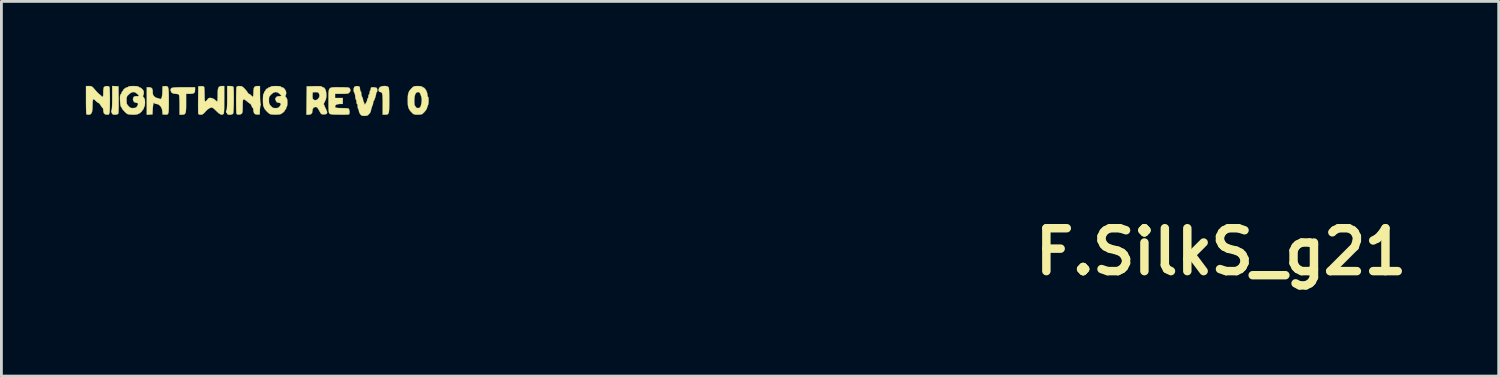
<source format=kicad_pcb>
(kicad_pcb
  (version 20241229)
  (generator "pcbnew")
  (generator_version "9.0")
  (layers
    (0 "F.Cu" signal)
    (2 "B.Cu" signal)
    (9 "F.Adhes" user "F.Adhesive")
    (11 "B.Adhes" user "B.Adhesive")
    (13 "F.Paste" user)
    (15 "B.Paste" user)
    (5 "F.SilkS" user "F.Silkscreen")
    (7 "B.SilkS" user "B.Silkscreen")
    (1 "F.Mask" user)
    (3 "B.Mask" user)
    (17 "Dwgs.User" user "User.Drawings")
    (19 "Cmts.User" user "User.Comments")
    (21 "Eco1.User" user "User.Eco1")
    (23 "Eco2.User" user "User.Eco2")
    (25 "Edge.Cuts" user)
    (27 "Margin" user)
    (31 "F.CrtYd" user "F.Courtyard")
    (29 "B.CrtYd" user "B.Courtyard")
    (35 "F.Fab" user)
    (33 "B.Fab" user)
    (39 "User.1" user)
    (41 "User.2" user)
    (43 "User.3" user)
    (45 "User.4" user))
  (footprint "F.SilkS_g21"
    (layer "F.Cu")
    (at 40.328 5.892)
    (property "Reference" "F.SilkS_g21" (at 0 0 0) (layer "F.SilkS") (effects (font (size 1.524 1.524) (thickness 0.3))))
    (attr through_hole)
    (fp_poly (pts (xy -39.28 -5.88) (xy -39.169 -5.874) (xy -39.163 -5.4) (xy -39.162 -5.225) (xy -39.163 -5.089) (xy -39.167 -4.991) (xy -39.172 -4.928) (xy -39.181 -4.898) (xy -39.182 -4.897) (xy -39.217 -4.879) (xy -39.276 -4.869) (xy -39.293 -4.868) (xy -39.352 -4.872) (xy -39.385 -4.891) (xy -39.409 -4.932) (xy -39.41 -4.934) (xy -39.427 -4.987) (xy -39.418 -5.019) (xy -39.415 -5.022) (xy -39.405 -5.054) (xy -39.398 -5.126) (xy -39.394 -5.239) (xy -39.391 -5.395) (xy -39.391 -5.466) (xy -39.391 -5.887) (xy -39.28 -5.88)) (stroke (width 0.01) (type solid)) (fill yes) (layer "F.SilkS"))
    (fp_poly (pts (xy -35.132 -5.879) (xy -35.094 -5.863) (xy -35.086 -5.851) (xy -35.08 -5.815) (xy -35.076 -5.745) (xy -35.074 -5.65) (xy -35.073 -5.537) (xy -35.073 -5.414) (xy -35.074 -5.288) (xy -35.077 -5.169) (xy -35.081 -5.063) (xy -35.085 -4.979) (xy -35.091 -4.925) (xy -35.095 -4.909) (xy -35.126 -4.884) (xy -35.177 -4.869) (xy -35.233 -4.866) (xy -35.28 -4.874) (xy -35.305 -4.894) (xy -35.306 -4.9) (xy -35.317 -4.928) (xy -35.327 -4.932) (xy -35.345 -4.95) (xy -35.348 -4.973) (xy -35.339 -5.013) (xy -35.327 -5.027) (xy -35.32 -5.053) (xy -35.314 -5.117) (xy -35.309 -5.215) (xy -35.307 -5.344) (xy -35.306 -5.462) (xy -35.306 -5.884) (xy -35.202 -5.884) (xy -35.132 -5.879)) (stroke (width 0.01) (type solid)) (fill yes) (layer "F.SilkS"))
    (fp_poly (pts (xy -29.627 -5.876) (xy -29.581 -5.85) (xy -29.578 -5.847) (xy -29.568 -5.823) (xy -29.56 -5.776) (xy -29.555 -5.703) (xy -29.552 -5.6) (xy -29.55 -5.46) (xy -29.55 -5.376) (xy -29.55 -5.217) (xy -29.553 -5.095) (xy -29.558 -5.005) (xy -29.568 -4.943) (xy -29.584 -4.903) (xy -29.607 -4.881) (xy -29.639 -4.871) (xy -29.681 -4.868) (xy -29.694 -4.868) (xy -29.782 -4.868) (xy -29.782 -5.24) (xy -29.782 -5.387) (xy -29.786 -5.497) (xy -29.792 -5.574) (xy -29.804 -5.626) (xy -29.821 -5.656) (xy -29.845 -5.67) (xy -29.873 -5.673) (xy -29.91 -5.689) (xy -29.927 -5.731) (xy -29.921 -5.785) (xy -29.891 -5.838) (xy -29.89 -5.839) (xy -29.843 -5.868) (xy -29.773 -5.884) (xy -29.696 -5.887) (xy -29.627 -5.876)) (stroke (width 0.01) (type solid)) (fill yes) (layer "F.SilkS"))
    (fp_poly (pts (xy -36.449 -5.747) (xy -36.455 -5.682) (xy -36.479 -5.641) (xy -36.527 -5.618) (xy -36.607 -5.61) (xy -36.649 -5.609) (xy -36.767 -5.609) (xy -36.767 -5.274) (xy -36.767 -5.133) (xy -36.772 -5.029) (xy -36.781 -4.957) (xy -36.799 -4.91) (xy -36.826 -4.883) (xy -36.864 -4.871) (xy -36.917 -4.868) (xy -36.922 -4.868) (xy -36.999 -4.868) (xy -36.999 -5.213) (xy -37.001 -5.362) (xy -37.005 -5.471) (xy -37.012 -5.543) (xy -37.022 -5.58) (xy -37.025 -5.584) (xy -37.06 -5.599) (xy -37.12 -5.608) (xy -37.147 -5.609) (xy -37.234 -5.623) (xy -37.291 -5.663) (xy -37.316 -5.725) (xy -37.317 -5.738) (xy -37.314 -5.772) (xy -37.302 -5.798) (xy -37.277 -5.816) (xy -37.232 -5.829) (xy -37.163 -5.836) (xy -37.064 -5.84) (xy -36.93 -5.842) (xy -36.853 -5.842) (xy -36.449 -5.842) (xy -36.449 -5.747)) (stroke (width 0.01) (type solid)) (fill yes) (layer "F.SilkS"))
    (fp_poly (pts (xy -37.445 -5.877) (xy -37.421 -5.86) (xy -37.403 -5.825) (xy -37.392 -5.77) (xy -37.385 -5.687) (xy -37.382 -5.574) (xy -37.381 -5.425) (xy -37.381 -5.363) (xy -37.381 -5.205) (xy -37.383 -5.084) (xy -37.387 -4.996) (xy -37.396 -4.935) (xy -37.411 -4.897) (xy -37.432 -4.877) (xy -37.463 -4.87) (xy -37.503 -4.871) (xy -37.522 -4.872) (xy -37.603 -4.879) (xy -37.609 -4.989) (xy -37.629 -5.085) (xy -37.674 -5.166) (xy -37.736 -5.224) (xy -37.808 -5.249) (xy -37.819 -5.249) (xy -37.868 -5.257) (xy -37.894 -5.275) (xy -37.894 -5.276) (xy -37.909 -5.297) (xy -37.924 -5.279) (xy -37.937 -5.226) (xy -37.947 -5.142) (xy -37.952 -5.073) (xy -37.962 -4.879) (xy -38.163 -4.866) (xy -38.163 -5.842) (xy -38.088 -5.842) (xy -38.018 -5.832) (xy -37.976 -5.799) (xy -37.955 -5.736) (xy -37.952 -5.673) (xy -37.948 -5.601) (xy -37.931 -5.554) (xy -37.896 -5.513) (xy -37.896 -5.513) (xy -37.848 -5.478) (xy -37.804 -5.461) (xy -37.8 -5.461) (xy -37.75 -5.45) (xy -37.721 -5.436) (xy -37.679 -5.422) (xy -37.648 -5.44) (xy -37.627 -5.493) (xy -37.614 -5.584) (xy -37.609 -5.676) (xy -37.603 -5.874) (xy -37.521 -5.88) (xy -37.478 -5.882) (xy -37.445 -5.877)) (stroke (width 0.01) (type solid)) (fill yes) (layer "F.SilkS"))
    (fp_poly (pts (xy -31.998 -5.878) (xy -31.95 -5.871) (xy -31.941 -5.864) (xy -31.923 -5.845) (xy -31.903 -5.842) (xy -31.858 -5.822) (xy -31.821 -5.768) (xy -31.795 -5.687) (xy -31.784 -5.586) (xy -31.784 -5.567) (xy -31.789 -5.473) (xy -31.807 -5.4) (xy -31.841 -5.329) (xy -31.868 -5.274) (xy -31.88 -5.237) (xy -31.877 -5.228) (xy -31.857 -5.211) (xy -31.856 -5.202) (xy -31.847 -5.17) (xy -31.823 -5.115) (xy -31.798 -5.065) (xy -31.762 -4.982) (xy -31.757 -4.926) (xy -31.784 -4.893) (xy -31.846 -4.88) (xy -31.877 -4.879) (xy -31.929 -4.881) (xy -31.963 -4.894) (xy -31.991 -4.928) (xy -32.023 -4.985) (xy -32.067 -5.065) (xy -32.103 -5.114) (xy -32.134 -5.137) (xy -32.167 -5.143) (xy -32.23 -5.124) (xy -32.268 -5.072) (xy -32.279 -5.007) (xy -32.292 -4.931) (xy -32.331 -4.886) (xy -32.401 -4.869) (xy -32.416 -4.868) (xy -32.492 -4.868) (xy -32.486 -5.371) (xy -32.485 -5.476) (xy -32.276 -5.476) (xy -32.265 -5.432) (xy -32.243 -5.407) (xy -32.19 -5.38) (xy -32.138 -5.389) (xy -32.083 -5.426) (xy -32.037 -5.49) (xy -32.026 -5.563) (xy -32.053 -5.633) (xy -32.056 -5.637) (xy -32.089 -5.663) (xy -32.144 -5.67) (xy -32.177 -5.669) (xy -32.269 -5.662) (xy -32.275 -5.549) (xy -32.276 -5.476) (xy -32.485 -5.476) (xy -32.48 -5.874) (xy -32.21 -5.88) (xy -32.086 -5.881) (xy -31.998 -5.878)) (stroke (width 0.01) (type solid)) (fill yes) (layer "F.SilkS"))
    (fp_poly (pts (xy -31.302 -5.842) (xy -31.177 -5.841) (xy -31.088 -5.839) (xy -31.027 -5.835) (xy -30.989 -5.828) (xy -30.966 -5.817) (xy -30.954 -5.805) (xy -30.927 -5.747) (xy -30.941 -5.69) (xy -30.968 -5.655) (xy -30.99 -5.635) (xy -31.019 -5.622) (xy -31.061 -5.614) (xy -31.127 -5.61) (xy -31.225 -5.609) (xy -31.243 -5.609) (xy -31.475 -5.609) (xy -31.475 -5.461) (xy -31.2 -5.461) (xy -31.2 -5.249) (xy -31.307 -5.249) (xy -31.398 -5.239) (xy -31.455 -5.209) (xy -31.475 -5.16) (xy -31.475 -5.158) (xy -31.468 -5.134) (xy -31.442 -5.117) (xy -31.393 -5.107) (xy -31.312 -5.102) (xy -31.214 -5.101) (xy -31.125 -5.099) (xy -31.052 -5.095) (xy -31.005 -5.088) (xy -30.995 -5.085) (xy -30.973 -5.048) (xy -30.962 -4.979) (xy -30.964 -4.916) (xy -30.966 -4.898) (xy -30.974 -4.885) (xy -30.995 -4.877) (xy -31.035 -4.872) (xy -31.099 -4.87) (xy -31.194 -4.869) (xy -31.3 -4.87) (xy -31.429 -4.871) (xy -31.522 -4.873) (xy -31.586 -4.878) (xy -31.628 -4.885) (xy -31.655 -4.896) (xy -31.671 -4.908) (xy -31.684 -4.926) (xy -31.693 -4.952) (xy -31.7 -4.992) (xy -31.704 -5.053) (xy -31.707 -5.141) (xy -31.708 -5.261) (xy -31.708 -5.358) (xy -31.708 -5.513) (xy -31.707 -5.631) (xy -31.699 -5.717) (xy -31.681 -5.776) (xy -31.649 -5.813) (xy -31.598 -5.833) (xy -31.523 -5.841) (xy -31.422 -5.843) (xy -31.302 -5.842)) (stroke (width 0.01) (type solid)) (fill yes) (layer "F.SilkS"))
    (fp_poly (pts (xy -35.412 -5.402) (xy -35.413 -5.229) (xy -35.415 -5.096) (xy -35.419 -4.998) (xy -35.425 -4.934) (xy -35.433 -4.9) (xy -35.437 -4.894) (xy -35.485 -4.868) (xy -35.544 -4.879) (xy -35.615 -4.926) (xy -35.672 -4.979) (xy -35.748 -5.053) (xy -35.802 -5.099) (xy -35.845 -5.12) (xy -35.884 -5.12) (xy -35.926 -5.103) (xy -35.94 -5.096) (xy -35.999 -5.056) (xy -36.047 -5.014) (xy -36.052 -5.009) (xy -36.113 -4.939) (xy -36.158 -4.897) (xy -36.196 -4.875) (xy -36.238 -4.869) (xy -36.251 -4.868) (xy -36.302 -4.875) (xy -36.332 -4.893) (xy -36.334 -4.895) (xy -36.336 -4.923) (xy -36.338 -4.988) (xy -36.339 -5.081) (xy -36.34 -5.198) (xy -36.339 -5.331) (xy -36.338 -5.398) (xy -36.333 -5.874) (xy -36.239 -5.88) (xy -36.167 -5.878) (xy -36.13 -5.861) (xy -36.129 -5.859) (xy -36.122 -5.828) (xy -36.116 -5.764) (xy -36.112 -5.677) (xy -36.111 -5.583) (xy -36.109 -5.486) (xy -36.106 -5.407) (xy -36.101 -5.354) (xy -36.094 -5.335) (xy -36.058 -5.352) (xy -36.019 -5.39) (xy -35.999 -5.424) (xy -35.967 -5.455) (xy -35.912 -5.465) (xy -35.845 -5.454) (xy -35.778 -5.424) (xy -35.744 -5.398) (xy -35.699 -5.359) (xy -35.667 -5.336) (xy -35.661 -5.334) (xy -35.654 -5.354) (xy -35.649 -5.407) (xy -35.646 -5.487) (xy -35.645 -5.573) (xy -35.642 -5.695) (xy -35.633 -5.78) (xy -35.614 -5.836) (xy -35.581 -5.868) (xy -35.533 -5.882) (xy -35.486 -5.884) (xy -35.412 -5.884) (xy -35.412 -5.402)) (stroke (width 0.01) (type solid)) (fill yes) (layer "F.SilkS"))
    (fp_poly (pts (xy -28.455 -5.881) (xy -28.403 -5.874) (xy -28.384 -5.863) (xy -28.368 -5.844) (xy -28.356 -5.842) (xy -28.313 -5.823) (xy -28.268 -5.775) (xy -28.229 -5.708) (xy -28.202 -5.634) (xy -28.194 -5.578) (xy -28.189 -5.529) (xy -28.176 -5.504) (xy -28.173 -5.503) (xy -28.161 -5.484) (xy -28.154 -5.436) (xy -28.152 -5.372) (xy -28.154 -5.304) (xy -28.161 -5.245) (xy -28.172 -5.212) (xy -28.192 -5.162) (xy -28.203 -5.121) (xy -28.233 -5.051) (xy -28.292 -4.972) (xy -28.372 -4.895) (xy -28.411 -4.88) (xy -28.477 -4.871) (xy -28.538 -4.868) (xy -28.623 -4.872) (xy -28.678 -4.885) (xy -28.714 -4.908) (xy -28.788 -4.984) (xy -28.838 -5.051) (xy -28.869 -5.12) (xy -28.886 -5.202) (xy -28.892 -5.31) (xy -28.892 -5.369) (xy -28.66 -5.369) (xy -28.66 -5.368) (xy -28.657 -5.279) (xy -28.651 -5.217) (xy -28.641 -5.187) (xy -28.639 -5.186) (xy -28.619 -5.169) (xy -28.617 -5.156) (xy -28.6 -5.124) (xy -28.557 -5.106) (xy -28.506 -5.103) (xy -28.463 -5.119) (xy -28.454 -5.128) (xy -28.425 -5.188) (xy -28.405 -5.274) (xy -28.395 -5.368) (xy -28.399 -5.455) (xy -28.404 -5.482) (xy -28.433 -5.578) (xy -28.462 -5.638) (xy -28.496 -5.667) (xy -28.524 -5.673) (xy -28.584 -5.654) (xy -28.626 -5.597) (xy -28.651 -5.503) (xy -28.66 -5.369) (xy -28.892 -5.369) (xy -28.892 -5.376) (xy -28.89 -5.5) (xy -28.88 -5.593) (xy -28.859 -5.665) (xy -28.825 -5.727) (xy -28.772 -5.788) (xy -28.752 -5.809) (xy -28.709 -5.849) (xy -28.672 -5.872) (xy -28.626 -5.882) (xy -28.555 -5.884) (xy -28.531 -5.884) (xy -28.455 -5.881)) (stroke (width 0.01) (type solid)) (fill yes) (layer "F.SilkS"))
    (fp_poly (pts (xy -40.164 -5.883) (xy -40.126 -5.874) (xy -40.091 -5.851) (xy -40.05 -5.808) (xy -40.003 -5.752) (xy -39.943 -5.684) (xy -39.884 -5.624) (xy -39.838 -5.584) (xy -39.833 -5.581) (xy -39.792 -5.549) (xy -39.772 -5.524) (xy -39.772 -5.522) (xy -39.755 -5.505) (xy -39.74 -5.503) (xy -39.724 -5.512) (xy -39.714 -5.541) (xy -39.709 -5.601) (xy -39.709 -5.664) (xy -39.705 -5.765) (xy -39.693 -5.829) (xy -39.678 -5.854) (xy -39.636 -5.876) (xy -39.579 -5.884) (xy -39.525 -5.877) (xy -39.491 -5.856) (xy -39.489 -5.852) (xy -39.484 -5.818) (xy -39.48 -5.75) (xy -39.477 -5.655) (xy -39.475 -5.543) (xy -39.474 -5.421) (xy -39.475 -5.298) (xy -39.476 -5.181) (xy -39.478 -5.078) (xy -39.482 -4.999) (xy -39.486 -4.95) (xy -39.487 -4.948) (xy -39.5 -4.896) (xy -39.523 -4.873) (xy -39.568 -4.868) (xy -39.576 -4.868) (xy -39.647 -4.882) (xy -39.69 -4.925) (xy -39.707 -5.001) (xy -39.708 -5.022) (xy -39.712 -5.073) (xy -39.722 -5.1) (xy -39.725 -5.101) (xy -39.746 -5.118) (xy -39.775 -5.158) (xy -39.782 -5.17) (xy -39.835 -5.248) (xy -39.877 -5.287) (xy -39.894 -5.292) (xy -39.919 -5.306) (xy -39.959 -5.341) (xy -39.973 -5.355) (xy -40.02 -5.4) (xy -40.053 -5.418) (xy -40.073 -5.405) (xy -40.084 -5.359) (xy -40.089 -5.276) (xy -40.09 -5.205) (xy -40.094 -5.073) (xy -40.107 -4.978) (xy -40.132 -4.915) (xy -40.17 -4.88) (xy -40.223 -4.868) (xy -40.228 -4.868) (xy -40.279 -4.872) (xy -40.308 -4.882) (xy -40.308 -4.882) (xy -40.312 -4.907) (xy -40.316 -4.967) (xy -40.319 -5.058) (xy -40.321 -5.173) (xy -40.322 -5.305) (xy -40.322 -5.39) (xy -40.322 -5.884) (xy -40.217 -5.884) (xy -40.164 -5.883)) (stroke (width 0.01) (type solid)) (fill yes) (layer "F.SilkS"))
    (fp_poly (pts (xy -34.142 -5.579) (xy -34.14 -5.449) (xy -34.136 -5.35) (xy -34.129 -5.285) (xy -34.12 -5.259) (xy -34.11 -5.235) (xy -34.119 -5.22) (xy -34.13 -5.187) (xy -34.139 -5.125) (xy -34.146 -5.046) (xy -34.146 -5.037) (xy -34.152 -4.879) (xy -34.223 -4.872) (xy -34.3 -4.881) (xy -34.351 -4.922) (xy -34.374 -4.995) (xy -34.375 -5.02) (xy -34.379 -5.072) (xy -34.388 -5.1) (xy -34.392 -5.101) (xy -34.41 -5.119) (xy -34.433 -5.163) (xy -34.438 -5.175) (xy -34.46 -5.223) (xy -34.477 -5.248) (xy -34.48 -5.249) (xy -34.501 -5.262) (xy -34.545 -5.294) (xy -34.594 -5.334) (xy -34.658 -5.385) (xy -34.703 -5.412) (xy -34.731 -5.411) (xy -34.747 -5.38) (xy -34.754 -5.313) (xy -34.756 -5.209) (xy -34.756 -5.179) (xy -34.757 -5.071) (xy -34.76 -4.998) (xy -34.767 -4.951) (xy -34.779 -4.921) (xy -34.794 -4.903) (xy -34.843 -4.877) (xy -34.9 -4.869) (xy -34.95 -4.878) (xy -34.976 -4.902) (xy -34.98 -4.932) (xy -34.983 -4.998) (xy -34.986 -5.093) (xy -34.988 -5.209) (xy -34.988 -5.341) (xy -34.989 -5.376) (xy -34.988 -5.51) (xy -34.986 -5.631) (xy -34.984 -5.732) (xy -34.98 -5.806) (xy -34.977 -5.847) (xy -34.976 -5.851) (xy -34.949 -5.874) (xy -34.89 -5.884) (xy -34.869 -5.884) (xy -34.814 -5.881) (xy -34.772 -5.867) (xy -34.729 -5.833) (xy -34.681 -5.784) (xy -34.63 -5.726) (xy -34.591 -5.675) (xy -34.575 -5.646) (xy -34.552 -5.615) (xy -34.536 -5.609) (xy -34.504 -5.595) (xy -34.463 -5.56) (xy -34.459 -5.556) (xy -34.421 -5.52) (xy -34.394 -5.504) (xy -34.392 -5.503) (xy -34.384 -5.523) (xy -34.377 -5.574) (xy -34.374 -5.646) (xy -34.374 -5.657) (xy -34.369 -5.759) (xy -34.354 -5.826) (xy -34.324 -5.865) (xy -34.274 -5.882) (xy -34.229 -5.884) (xy -34.142 -5.884) (xy -34.142 -5.579)) (stroke (width 0.01) (type solid)) (fill yes) (layer "F.SilkS"))
    (fp_poly (pts (xy -30.68 -5.881) (xy -30.628 -5.874) (xy -30.602 -5.857) (xy -30.593 -5.817) (xy -30.59 -5.784) (xy -30.582 -5.729) (xy -30.569 -5.697) (xy -30.563 -5.694) (xy -30.55 -5.675) (xy -30.543 -5.629) (xy -30.543 -5.614) (xy -30.534 -5.55) (xy -30.514 -5.498) (xy -30.511 -5.494) (xy -30.487 -5.441) (xy -30.48 -5.395) (xy -30.473 -5.347) (xy -30.459 -5.323) (xy -30.441 -5.294) (xy -30.438 -5.269) (xy -30.431 -5.236) (xy -30.422 -5.228) (xy -30.4 -5.246) (xy -30.372 -5.288) (xy -30.347 -5.341) (xy -30.333 -5.387) (xy -30.332 -5.398) (xy -30.322 -5.438) (xy -30.311 -5.45) (xy -30.295 -5.479) (xy -30.29 -5.526) (xy -30.283 -5.57) (xy -30.268 -5.588) (xy -30.253 -5.606) (xy -30.247 -5.65) (xy -30.241 -5.699) (xy -30.226 -5.726) (xy -30.21 -5.755) (xy -30.205 -5.79) (xy -30.2 -5.823) (xy -30.18 -5.838) (xy -30.131 -5.842) (xy -30.114 -5.842) (xy -30.051 -5.836) (xy -30.006 -5.822) (xy -29.997 -5.817) (xy -29.98 -5.782) (xy -29.973 -5.735) (xy -29.976 -5.693) (xy -29.991 -5.673) (xy -29.993 -5.673) (xy -30.01 -5.655) (xy -30.014 -5.631) (xy -30.02 -5.586) (xy -30.035 -5.524) (xy -30.056 -5.457) (xy -30.077 -5.399) (xy -30.096 -5.362) (xy -30.103 -5.355) (xy -30.116 -5.337) (xy -30.12 -5.302) (xy -30.128 -5.245) (xy -30.139 -5.212) (xy -30.162 -5.156) (xy -30.184 -5.088) (xy -30.2 -5.025) (xy -30.205 -4.992) (xy -30.218 -4.958) (xy -30.251 -4.909) (xy -30.265 -4.893) (xy -30.308 -4.851) (xy -30.353 -4.832) (xy -30.417 -4.826) (xy -30.43 -4.826) (xy -30.498 -4.829) (xy -30.54 -4.844) (xy -30.574 -4.878) (xy -30.582 -4.889) (xy -30.613 -4.945) (xy -30.628 -5) (xy -30.628 -5.004) (xy -30.636 -5.049) (xy -30.649 -5.069) (xy -30.663 -5.097) (xy -30.67 -5.15) (xy -30.671 -5.166) (xy -30.675 -5.218) (xy -30.687 -5.247) (xy -30.692 -5.249) (xy -30.706 -5.268) (xy -30.713 -5.314) (xy -30.713 -5.322) (xy -30.718 -5.375) (xy -30.732 -5.407) (xy -30.734 -5.408) (xy -30.747 -5.436) (xy -30.755 -5.489) (xy -30.756 -5.51) (xy -30.764 -5.576) (xy -30.782 -5.631) (xy -30.788 -5.64) (xy -30.813 -5.702) (xy -30.816 -5.776) (xy -30.797 -5.841) (xy -30.791 -5.85) (xy -30.756 -5.876) (xy -30.696 -5.882) (xy -30.68 -5.881)) (stroke (width 0.01) (type solid)) (fill yes) (layer "F.SilkS"))
    (fp_poly (pts (xy -33.493 -5.882) (xy -33.431 -5.876) (xy -33.402 -5.866) (xy -33.401 -5.863) (xy -33.383 -5.845) (xy -33.363 -5.842) (xy -33.311 -5.823) (xy -33.262 -5.776) (xy -33.225 -5.713) (xy -33.211 -5.649) (xy -33.217 -5.593) (xy -33.232 -5.554) (xy -33.234 -5.552) (xy -33.243 -5.525) (xy -33.219 -5.486) (xy -33.213 -5.48) (xy -33.186 -5.442) (xy -33.173 -5.391) (xy -33.168 -5.313) (xy -33.168 -5.3) (xy -33.171 -5.228) (xy -33.18 -5.175) (xy -33.189 -5.154) (xy -33.207 -5.124) (xy -33.211 -5.1) (xy -33.22 -5.066) (xy -33.232 -5.059) (xy -33.251 -5.042) (xy -33.253 -5.031) (xy -33.27 -4.995) (xy -33.315 -4.95) (xy -33.379 -4.904) (xy -33.395 -4.895) (xy -33.445 -4.88) (xy -33.521 -4.872) (xy -33.61 -4.87) (xy -33.696 -4.874) (xy -33.764 -4.884) (xy -33.793 -4.894) (xy -33.841 -4.929) (xy -33.895 -4.979) (xy -33.945 -5.033) (xy -33.981 -5.08) (xy -33.994 -5.11) (xy -34.006 -5.146) (xy -34.015 -5.154) (xy -34.024 -5.18) (xy -34.031 -5.239) (xy -34.035 -5.323) (xy -34.036 -5.381) (xy -33.824 -5.381) (xy -33.822 -5.304) (xy -33.81 -5.252) (xy -33.782 -5.207) (xy -33.757 -5.177) (xy -33.709 -5.129) (xy -33.664 -5.107) (xy -33.602 -5.101) (xy -33.589 -5.101) (xy -33.523 -5.105) (xy -33.48 -5.123) (xy -33.441 -5.162) (xy -33.435 -5.169) (xy -33.402 -5.226) (xy -33.406 -5.266) (xy -33.449 -5.289) (xy -33.492 -5.296) (xy -33.546 -5.311) (xy -33.567 -5.345) (xy -33.583 -5.386) (xy -33.596 -5.4) (xy -33.601 -5.426) (xy -33.581 -5.469) (xy -33.545 -5.508) (xy -33.495 -5.523) (xy -33.462 -5.524) (xy -33.41 -5.527) (xy -33.382 -5.532) (xy -33.38 -5.533) (xy -33.393 -5.552) (xy -33.428 -5.59) (xy -33.445 -5.608) (xy -33.519 -5.661) (xy -33.593 -5.674) (xy -33.671 -5.646) (xy -33.74 -5.59) (xy -33.787 -5.541) (xy -33.813 -5.501) (xy -33.823 -5.451) (xy -33.824 -5.381) (xy -34.036 -5.381) (xy -34.036 -5.388) (xy -34.034 -5.489) (xy -34.029 -5.563) (xy -34.02 -5.603) (xy -34.015 -5.609) (xy -33.998 -5.627) (xy -33.994 -5.652) (xy -33.986 -5.686) (xy -33.975 -5.694) (xy -33.955 -5.711) (xy -33.945 -5.738) (xy -33.917 -5.779) (xy -33.889 -5.793) (xy -33.854 -5.81) (xy -33.846 -5.823) (xy -33.828 -5.838) (xy -33.803 -5.842) (xy -33.769 -5.851) (xy -33.761 -5.863) (xy -33.741 -5.873) (xy -33.686 -5.881) (xy -33.604 -5.884) (xy -33.581 -5.884) (xy -33.493 -5.882)) (stroke (width 0.01) (type solid)) (fill yes) (layer "F.SilkS"))
    (fp_poly (pts (xy -38.552 -5.882) (xy -38.49 -5.876) (xy -38.461 -5.866) (xy -38.46 -5.863) (xy -38.443 -5.844) (xy -38.428 -5.842) (xy -38.392 -5.829) (xy -38.345 -5.796) (xy -38.333 -5.786) (xy -38.286 -5.731) (xy -38.27 -5.67) (xy -38.269 -5.652) (xy -38.275 -5.595) (xy -38.29 -5.555) (xy -38.293 -5.552) (xy -38.302 -5.525) (xy -38.278 -5.486) (xy -38.272 -5.48) (xy -38.245 -5.442) (xy -38.231 -5.391) (xy -38.227 -5.313) (xy -38.227 -5.3) (xy -38.23 -5.228) (xy -38.238 -5.175) (xy -38.248 -5.154) (xy -38.266 -5.124) (xy -38.269 -5.1) (xy -38.278 -5.066) (xy -38.289 -5.059) (xy -38.31 -5.041) (xy -38.323 -5.016) (xy -38.348 -4.978) (xy -38.396 -4.936) (xy -38.419 -4.92) (xy -38.473 -4.891) (xy -38.529 -4.876) (xy -38.603 -4.869) (xy -38.655 -4.869) (xy -38.738 -4.872) (xy -38.808 -4.881) (xy -38.851 -4.892) (xy -38.851 -4.893) (xy -38.897 -4.925) (xy -38.949 -4.974) (xy -38.999 -5.028) (xy -39.037 -5.077) (xy -39.052 -5.109) (xy -39.053 -5.11) (xy -39.068 -5.142) (xy -39.078 -5.148) (xy -39.092 -5.174) (xy -39.103 -5.24) (xy -39.111 -5.344) (xy -39.112 -5.358) (xy -39.113 -5.38) (xy -38.883 -5.38) (xy -38.883 -5.378) (xy -38.881 -5.302) (xy -38.87 -5.25) (xy -38.844 -5.207) (xy -38.816 -5.175) (xy -38.766 -5.127) (xy -38.719 -5.106) (xy -38.656 -5.101) (xy -38.593 -5.107) (xy -38.545 -5.121) (xy -38.536 -5.128) (xy -38.497 -5.18) (xy -38.475 -5.234) (xy -38.475 -5.265) (xy -38.501 -5.284) (xy -38.545 -5.292) (xy -38.602 -5.31) (xy -38.641 -5.356) (xy -38.655 -5.418) (xy -38.643 -5.471) (xy -38.62 -5.506) (xy -38.582 -5.521) (xy -38.529 -5.524) (xy -38.474 -5.526) (xy -38.442 -5.531) (xy -38.439 -5.533) (xy -38.452 -5.552) (xy -38.486 -5.59) (xy -38.504 -5.608) (xy -38.578 -5.661) (xy -38.652 -5.674) (xy -38.729 -5.646) (xy -38.798 -5.59) (xy -38.846 -5.542) (xy -38.871 -5.502) (xy -38.881 -5.454) (xy -38.883 -5.38) (xy -39.113 -5.38) (xy -39.115 -5.457) (xy -39.113 -5.522) (xy -39.105 -5.564) (xy -39.09 -5.59) (xy -39.087 -5.593) (xy -39.059 -5.634) (xy -39.053 -5.661) (xy -39.042 -5.69) (xy -39.031 -5.694) (xy -39.012 -5.711) (xy -39.01 -5.724) (xy -38.993 -5.757) (xy -38.952 -5.795) (xy -38.901 -5.827) (xy -38.857 -5.842) (xy -38.853 -5.842) (xy -38.824 -5.853) (xy -38.82 -5.863) (xy -38.8 -5.873) (xy -38.745 -5.881) (xy -38.663 -5.884) (xy -38.64 -5.884) (xy -38.552 -5.882)) (stroke (width 0.01) (type solid)) (fill yes) (layer "F.SilkS")))
  (gr_rect
    (start -3 -3)
    (end 50.193 10.31)
    (stroke (width 0.1) (type default))
    (fill no)
    (layer "Edge.Cuts")))
</source>
